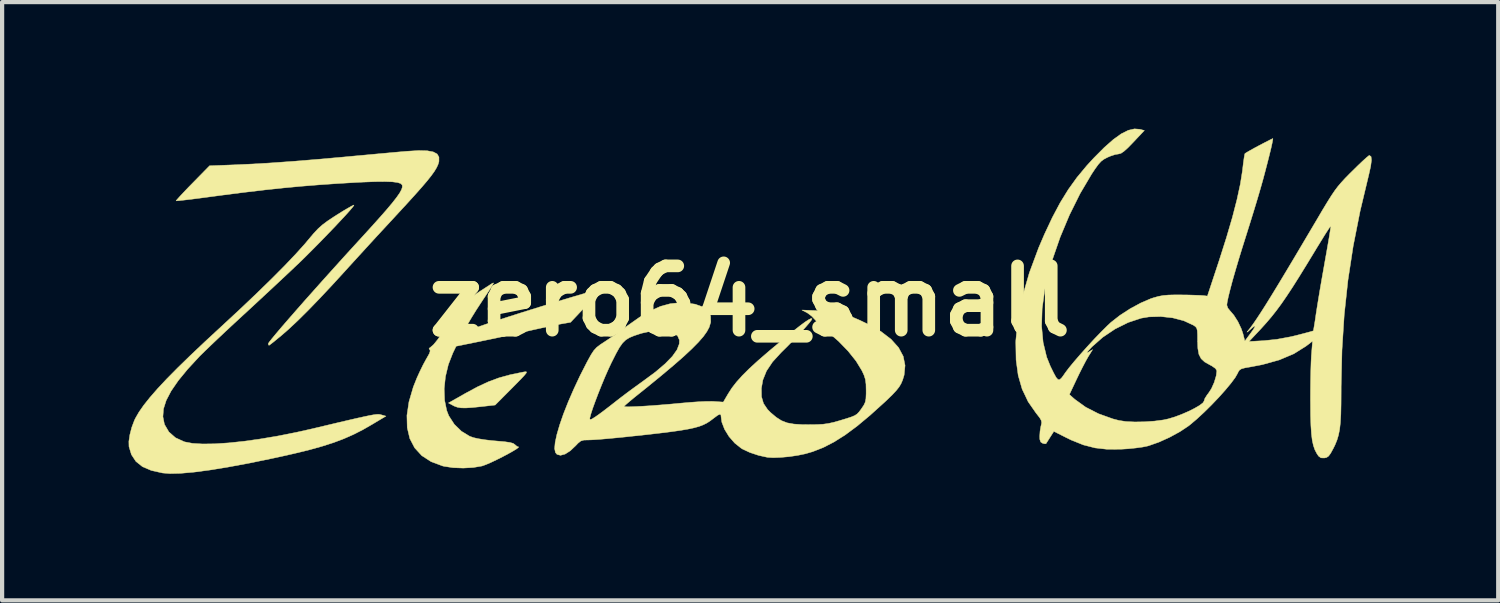
<source format=kicad_pcb>
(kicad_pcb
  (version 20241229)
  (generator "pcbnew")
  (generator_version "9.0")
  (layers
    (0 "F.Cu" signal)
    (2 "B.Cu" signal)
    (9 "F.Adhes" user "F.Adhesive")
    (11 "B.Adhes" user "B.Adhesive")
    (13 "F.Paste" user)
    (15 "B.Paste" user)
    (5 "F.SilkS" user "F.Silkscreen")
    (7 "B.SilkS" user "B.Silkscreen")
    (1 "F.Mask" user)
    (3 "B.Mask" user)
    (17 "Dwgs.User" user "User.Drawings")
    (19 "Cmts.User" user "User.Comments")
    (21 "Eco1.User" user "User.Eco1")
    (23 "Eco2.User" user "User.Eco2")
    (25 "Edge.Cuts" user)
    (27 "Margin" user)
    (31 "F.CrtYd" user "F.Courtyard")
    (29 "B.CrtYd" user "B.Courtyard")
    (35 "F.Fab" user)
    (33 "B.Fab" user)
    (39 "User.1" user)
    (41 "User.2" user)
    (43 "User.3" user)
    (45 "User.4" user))
  (footprint "zero64_small"
    (layer "F.Cu")
    (at 14.723 4.088)
    (property "Reference" "zero64_small" (at 0 0 0) (layer "F.SilkS") (effects (font (size 1.524 1.524) (thickness 0.3))))
    (attr through_hole)
    (fp_poly (pts (xy -5.29 1.68) (xy -5.297 1.704) (xy -5.334 1.751) (xy -5.406 1.829) (xy -5.518 1.944) (xy -5.634 2.061) (xy -6.035 2.464) (xy -6.372 2.502) (xy -6.578 2.523) (xy -6.73 2.533) (xy -6.844 2.531) (xy -6.931 2.516) (xy -7.006 2.488) (xy -7.034 2.473) (xy -7.142 2.415) (xy -6.734 2.184) (xy -6.45 2.031) (xy -6.194 1.912) (xy -5.946 1.82) (xy -5.683 1.747) (xy -5.383 1.685) (xy -5.351 1.679) (xy -5.31 1.674) (xy -5.29 1.68)) (stroke (width 0.01) (type solid)) (fill yes) (layer "F.SilkS"))
    (fp_poly (pts (xy -7.647 -3.564) (xy -7.502 -3.537) (xy -7.41 -3.488) (xy -7.367 -3.414) (xy -7.367 -3.315) (xy -7.369 -3.303) (xy -7.389 -3.237) (xy -7.423 -3.163) (xy -7.474 -3.078) (xy -7.548 -2.975) (xy -7.647 -2.85) (xy -7.777 -2.698) (xy -7.941 -2.513) (xy -8.143 -2.291) (xy -8.388 -2.026) (xy -8.429 -1.981) (xy -8.631 -1.763) (xy -8.855 -1.521) (xy -9.084 -1.271) (xy -9.303 -1.031) (xy -9.497 -0.819) (xy -9.548 -0.762) (xy -9.892 -0.386) (xy -10.197 -0.061) (xy -10.468 0.219) (xy -10.708 0.457) (xy -10.92 0.656) (xy -11.084 0.8) (xy -11.203 0.898) (xy -11.302 0.979) (xy -11.371 1.032) (xy -11.397 1.05) (xy -11.412 1.023) (xy -11.413 1.008) (xy -11.391 0.972) (xy -11.327 0.891) (xy -11.227 0.77) (xy -11.094 0.613) (xy -10.932 0.426) (xy -10.747 0.214) (xy -10.542 -0.019) (xy -10.321 -0.267) (xy -10.09 -0.526) (xy -9.852 -0.79) (xy -9.612 -1.056) (xy -9.374 -1.317) (xy -9.262 -1.439) (xy -9.002 -1.724) (xy -8.786 -1.964) (xy -8.611 -2.163) (xy -8.473 -2.327) (xy -8.37 -2.459) (xy -8.298 -2.562) (xy -8.254 -2.643) (xy -8.235 -2.703) (xy -8.238 -2.749) (xy -8.239 -2.754) (xy -8.274 -2.788) (xy -8.35 -2.812) (xy -8.473 -2.828) (xy -8.647 -2.834) (xy -8.877 -2.832) (xy -9.167 -2.821) (xy -9.331 -2.813) (xy -9.786 -2.786) (xy -10.217 -2.756) (xy -10.638 -2.722) (xy -11.062 -2.682) (xy -11.503 -2.635) (xy -11.976 -2.579) (xy -12.493 -2.513) (xy -12.83 -2.468) (xy -13.048 -2.439) (xy -13.243 -2.414) (xy -13.404 -2.395) (xy -13.522 -2.382) (xy -13.588 -2.377) (xy -13.598 -2.377) (xy -13.579 -2.404) (xy -13.52 -2.47) (xy -13.429 -2.568) (xy -13.312 -2.691) (xy -13.207 -2.798) (xy -12.805 -3.208) (xy -12.202 -3.231) (xy -11.788 -3.25) (xy -11.333 -3.277) (xy -10.831 -3.313) (xy -10.277 -3.358) (xy -9.664 -3.412) (xy -9.398 -3.437) (xy -9.133 -3.461) (xy -8.866 -3.486) (xy -8.611 -3.509) (xy -8.383 -3.53) (xy -8.198 -3.546) (xy -8.111 -3.553) (xy -7.849 -3.569) (xy -7.647 -3.564)) (stroke (width 0.01) (type solid)) (fill yes) (layer "F.SilkS"))
    (fp_poly (pts (xy -9.381 -2.276) (xy -9.404 -2.239) (xy -9.468 -2.162) (xy -9.567 -2.051) (xy -9.695 -1.913) (xy -9.843 -1.755) (xy -10.007 -1.585) (xy -10.178 -1.408) (xy -10.352 -1.232) (xy -10.52 -1.064) (xy -10.676 -0.911) (xy -10.736 -0.855) (xy -10.892 -0.707) (xy -11.086 -0.525) (xy -11.306 -0.319) (xy -11.54 -0.102) (xy -11.776 0.117) (xy -12.003 0.327) (xy -12.023 0.345) (xy -12.23 0.536) (xy -12.432 0.724) (xy -12.62 0.901) (xy -12.786 1.059) (xy -12.922 1.19) (xy -13.02 1.286) (xy -13.043 1.309) (xy -13.324 1.613) (xy -13.548 1.886) (xy -13.717 2.132) (xy -13.833 2.354) (xy -13.897 2.555) (xy -13.911 2.74) (xy -13.877 2.91) (xy -13.871 2.928) (xy -13.769 3.102) (xy -13.613 3.239) (xy -13.409 3.333) (xy -13.387 3.339) (xy -13.206 3.373) (xy -12.968 3.387) (xy -12.68 3.383) (xy -12.349 3.361) (xy -11.981 3.322) (xy -11.586 3.266) (xy -11.168 3.195) (xy -10.737 3.109) (xy -10.38 3.029) (xy -10.022 2.944) (xy -9.724 2.873) (xy -9.48 2.816) (xy -9.284 2.771) (xy -9.129 2.737) (xy -9.011 2.712) (xy -8.922 2.696) (xy -8.858 2.687) (xy -8.811 2.684) (xy -8.777 2.686) (xy -8.748 2.692) (xy -8.731 2.697) (xy -8.624 2.727) (xy -8.95 2.922) (xy -9.173 3.05) (xy -9.393 3.162) (xy -9.62 3.262) (xy -9.863 3.354) (xy -10.132 3.44) (xy -10.436 3.525) (xy -10.787 3.611) (xy -11.192 3.702) (xy -11.295 3.724) (xy -11.857 3.84) (xy -12.358 3.933) (xy -12.798 4.005) (xy -13.176 4.055) (xy -13.492 4.083) (xy -13.744 4.089) (xy -13.919 4.075) (xy -14.186 4.015) (xy -14.396 3.925) (xy -14.551 3.801) (xy -14.657 3.64) (xy -14.715 3.45) (xy -14.718 3.326) (xy -14.694 3.166) (xy -14.649 2.992) (xy -14.587 2.828) (xy -14.565 2.781) (xy -14.48 2.633) (xy -14.366 2.469) (xy -14.22 2.286) (xy -14.04 2.079) (xy -13.822 1.846) (xy -13.563 1.584) (xy -13.26 1.289) (xy -12.91 0.958) (xy -12.524 0.601) (xy -12.086 0.195) (xy -11.688 -0.183) (xy -11.332 -0.53) (xy -11.021 -0.843) (xy -10.757 -1.121) (xy -10.542 -1.36) (xy -10.457 -1.462) (xy -10.338 -1.603) (xy -10.236 -1.712) (xy -10.133 -1.805) (xy -10.013 -1.895) (xy -9.857 -1.999) (xy -9.785 -2.045) (xy -9.641 -2.135) (xy -9.519 -2.207) (xy -9.431 -2.256) (xy -9.385 -2.277) (xy -9.381 -2.276)) (stroke (width 0.01) (type solid)) (fill yes) (layer "F.SilkS"))
    (fp_poly (pts (xy -6.074 -0.424) (xy -6.091 -0.388) (xy -6.135 -0.317) (xy -6.209 -0.205) (xy -6.317 -0.043) (xy -6.334 -0.017) (xy -6.476 0.2) (xy -6.591 0.385) (xy -6.678 0.533) (xy -6.732 0.64) (xy -6.751 0.7) (xy -6.744 0.711) (xy -6.694 0.7) (xy -6.604 0.671) (xy -6.529 0.644) (xy -6.387 0.594) (xy -6.202 0.53) (xy -5.982 0.458) (xy -5.735 0.378) (xy -5.47 0.293) (xy -5.193 0.206) (xy -4.914 0.119) (xy -4.64 0.035) (xy -4.381 -0.044) (xy -4.143 -0.115) (xy -3.935 -0.176) (xy -3.765 -0.223) (xy -3.641 -0.256) (xy -3.572 -0.27) (xy -3.565 -0.271) (xy -3.57 -0.248) (xy -3.616 -0.185) (xy -3.696 -0.089) (xy -3.803 0.031) (xy -3.882 0.116) (xy -4.247 0.503) (xy -4.469 0.541) (xy -4.583 0.563) (xy -4.744 0.596) (xy -4.934 0.637) (xy -5.133 0.681) (xy -5.199 0.696) (xy -5.411 0.745) (xy -5.665 0.8) (xy -5.935 0.859) (xy -6.197 0.914) (xy -6.333 0.942) (xy -6.96 1.07) (xy -7.039 1.234) (xy -7.144 1.504) (xy -7.213 1.791) (xy -7.243 2.078) (xy -7.233 2.351) (xy -7.183 2.594) (xy -7.134 2.719) (xy -7.004 2.92) (xy -6.834 3.086) (xy -6.64 3.204) (xy -6.548 3.237) (xy -6.437 3.262) (xy -6.282 3.287) (xy -6.106 3.308) (xy -5.988 3.318) (xy -5.807 3.334) (xy -5.683 3.352) (xy -5.607 3.373) (xy -5.569 3.4) (xy -5.515 3.446) (xy -5.483 3.454) (xy -5.48 3.468) (xy -5.527 3.504) (xy -5.614 3.557) (xy -5.728 3.621) (xy -5.86 3.691) (xy -5.998 3.76) (xy -6.13 3.823) (xy -6.246 3.873) (xy -6.335 3.906) (xy -6.349 3.91) (xy -6.554 3.945) (xy -6.791 3.958) (xy -7.032 3.949) (xy -7.244 3.917) (xy -7.281 3.908) (xy -7.554 3.806) (xy -7.775 3.663) (xy -7.943 3.479) (xy -8.058 3.258) (xy -8.119 3) (xy -8.126 2.71) (xy -8.078 2.388) (xy -7.975 2.036) (xy -7.888 1.818) (xy -7.817 1.663) (xy -7.741 1.508) (xy -7.672 1.381) (xy -7.653 1.348) (xy -7.593 1.241) (xy -7.574 1.178) (xy -7.588 1.15) (xy -7.602 1.121) (xy -7.558 1.087) (xy -7.491 1.028) (xy -7.396 0.91) (xy -7.273 0.732) (xy -7.124 0.497) (xy -7.047 0.37) (xy -6.99 0.278) (xy -6.937 0.201) (xy -6.88 0.132) (xy -6.81 0.065) (xy -6.719 -0.008) (xy -6.599 -0.095) (xy -6.442 -0.201) (xy -6.239 -0.333) (xy -6.148 -0.392) (xy -6.106 -0.419) (xy -6.08 -0.432) (xy -6.074 -0.424)) (stroke (width 0.01) (type solid)) (fill yes) (layer "F.SilkS"))
    (fp_poly (pts (xy -1.527 0.041) (xy -1.294 0.073) (xy -1.115 0.137) (xy -0.992 0.231) (xy -0.928 0.352) (xy -0.924 0.498) (xy -0.96 0.619) (xy -1.015 0.722) (xy -1.099 0.84) (xy -1.217 0.975) (xy -1.371 1.131) (xy -1.565 1.312) (xy -1.803 1.52) (xy -2.087 1.759) (xy -2.422 2.033) (xy -2.599 2.175) (xy -2.735 2.284) (xy -2.849 2.379) (xy -2.933 2.451) (xy -2.976 2.492) (xy -2.98 2.498) (xy -2.948 2.505) (xy -2.858 2.506) (xy -2.719 2.501) (xy -2.54 2.492) (xy -2.331 2.479) (xy -2.102 2.461) (xy -1.86 2.441) (xy -1.617 2.418) (xy -1.614 2.418) (xy -1.409 2.4) (xy -1.208 2.386) (xy -1.03 2.378) (xy -0.892 2.377) (xy -0.847 2.379) (xy -0.626 2.394) (xy -0.515 2.204) (xy -0.424 2.062) (xy -0.313 1.919) (xy -0.176 1.766) (xy -0.006 1.597) (xy 0.204 1.405) (xy 0.46 1.184) (xy 0.583 1.081) (xy 0.832 0.874) (xy 1.035 0.709) (xy 1.194 0.584) (xy 1.315 0.494) (xy 1.4 0.439) (xy 1.453 0.414) (xy 1.477 0.416) (xy 1.464 0.448) (xy 1.408 0.521) (xy 1.317 0.626) (xy 1.197 0.758) (xy 1.053 0.909) (xy 0.894 1.072) (xy 0.745 1.219) (xy 0.541 1.442) (xy 0.398 1.656) (xy 0.312 1.869) (xy 0.277 2.068) (xy 0.28 2.266) (xy 0.327 2.427) (xy 0.424 2.57) (xy 0.495 2.642) (xy 0.628 2.754) (xy 0.753 2.834) (xy 0.887 2.886) (xy 1.047 2.915) (xy 1.249 2.928) (xy 1.389 2.929) (xy 1.584 2.927) (xy 1.736 2.919) (xy 1.866 2.901) (xy 1.998 2.872) (xy 2.134 2.833) (xy 2.299 2.783) (xy 2.414 2.745) (xy 2.492 2.712) (xy 2.546 2.676) (xy 2.591 2.629) (xy 2.641 2.563) (xy 2.654 2.544) (xy 2.707 2.465) (xy 2.739 2.395) (xy 2.755 2.312) (xy 2.76 2.194) (xy 2.76 2.122) (xy 2.757 1.969) (xy 2.742 1.856) (xy 2.71 1.756) (xy 2.66 1.648) (xy 2.522 1.422) (xy 2.333 1.185) (xy 2.107 0.952) (xy 1.91 0.78) (xy 1.785 0.674) (xy 1.671 0.57) (xy 1.586 0.483) (xy 1.555 0.447) (xy 1.469 0.356) (xy 1.367 0.28) (xy 1.356 0.274) (xy 1.239 0.212) (xy 1.644 0.228) (xy 1.865 0.242) (xy 2.053 0.266) (xy 2.228 0.306) (xy 2.407 0.367) (xy 2.611 0.455) (xy 2.801 0.546) (xy 3.109 0.719) (xy 3.351 0.904) (xy 3.528 1.101) (xy 3.639 1.308) (xy 3.683 1.526) (xy 3.661 1.753) (xy 3.625 1.871) (xy 3.588 1.957) (xy 3.541 2.036) (xy 3.475 2.119) (xy 3.381 2.22) (xy 3.248 2.349) (xy 3.19 2.403) (xy 2.851 2.709) (xy 2.545 2.964) (xy 2.263 3.173) (xy 1.998 3.34) (xy 1.744 3.471) (xy 1.493 3.569) (xy 1.318 3.62) (xy 1.14 3.657) (xy 0.939 3.687) (xy 0.738 3.705) (xy 0.559 3.712) (xy 0.423 3.704) (xy 0.423 3.704) (xy 0.212 3.658) (xy 0.004 3.589) (xy -0.171 3.507) (xy -0.203 3.487) (xy -0.356 3.365) (xy -0.491 3.21) (xy -0.596 3.039) (xy -0.661 2.87) (xy -0.677 2.755) (xy -0.683 2.699) (xy -0.707 2.682) (xy -0.759 2.706) (xy -0.849 2.773) (xy -0.874 2.792) (xy -0.946 2.846) (xy -1.02 2.893) (xy -1.103 2.934) (xy -1.2 2.971) (xy -1.319 3.004) (xy -1.465 3.035) (xy -1.645 3.066) (xy -1.865 3.097) (xy -2.132 3.13) (xy -2.451 3.167) (xy -2.83 3.207) (xy -2.946 3.22) (xy -3.169 3.242) (xy -3.381 3.262) (xy -3.568 3.278) (xy -3.717 3.288) (xy -3.813 3.292) (xy -3.821 3.292) (xy -3.931 3.295) (xy -4.005 3.317) (xy -4.071 3.37) (xy -4.123 3.425) (xy -4.254 3.549) (xy -4.377 3.627) (xy -4.485 3.656) (xy -4.568 3.634) (xy -4.606 3.589) (xy -4.625 3.496) (xy -4.612 3.351) (xy -4.571 3.161) (xy -4.504 2.932) (xy -4.456 2.793) (xy -3.793 2.793) (xy -3.781 2.809) (xy -3.738 2.794) (xy -3.657 2.743) (xy -3.577 2.687) (xy -3.466 2.605) (xy -3.329 2.5) (xy -3.192 2.393) (xy -3.167 2.373) (xy -3.047 2.28) (xy -2.891 2.162) (xy -2.718 2.035) (xy -2.546 1.911) (xy -2.524 1.895) (xy -2.232 1.679) (xy -2.003 1.484) (xy -1.834 1.31) (xy -1.723 1.154) (xy -1.67 1.015) (xy -1.666 0.924) (xy -1.709 0.825) (xy -1.806 0.753) (xy -1.948 0.709) (xy -2.126 0.695) (xy -2.331 0.711) (xy -2.553 0.76) (xy -2.591 0.771) (xy -2.737 0.819) (xy -2.849 0.865) (xy -2.938 0.92) (xy -3.014 0.994) (xy -3.087 1.097) (xy -3.167 1.24) (xy -3.264 1.432) (xy -3.279 1.461) (xy -3.35 1.613) (xy -3.429 1.792) (xy -3.51 1.987) (xy -3.589 2.185) (xy -3.661 2.374) (xy -3.722 2.542) (xy -3.766 2.678) (xy -3.79 2.77) (xy -3.793 2.793) (xy -4.456 2.793) (xy -4.414 2.672) (xy -4.302 2.388) (xy -4.171 2.087) (xy -4.025 1.775) (xy -3.864 1.459) (xy -3.84 1.414) (xy -3.761 1.271) (xy -3.696 1.172) (xy -3.629 1.099) (xy -3.545 1.034) (xy -3.458 0.977) (xy -3.337 0.897) (xy -3.184 0.792) (xy -3.021 0.675) (xy -2.902 0.587) (xy -2.612 0.383) (xy -2.353 0.23) (xy -2.113 0.124) (xy -1.884 0.062) (xy -1.655 0.038) (xy -1.527 0.041)) (stroke (width 0.01) (type solid)) (fill yes) (layer "F.SilkS"))
    (fp_poly (pts (xy 9.249 -4.073) (xy 9.356 -4.045) (xy 9.094 -3.767) (xy 8.966 -3.635) (xy 8.871 -3.55) (xy 8.801 -3.503) (xy 8.745 -3.488) (xy 8.743 -3.488) (xy 8.661 -3.474) (xy 8.55 -3.437) (xy 8.482 -3.408) (xy 8.4 -3.365) (xy 8.331 -3.314) (xy 8.265 -3.241) (xy 8.187 -3.134) (xy 8.105 -3.01) (xy 7.832 -2.548) (xy 7.581 -2.043) (xy 7.36 -1.516) (xy 7.176 -0.984) (xy 7.036 -0.466) (xy 6.994 -0.266) (xy 6.933 0.178) (xy 6.92 0.596) (xy 6.956 0.98) (xy 7.04 1.327) (xy 7.126 1.541) (xy 7.205 1.702) (xy 7.262 1.807) (xy 7.307 1.859) (xy 7.349 1.862) (xy 7.395 1.82) (xy 7.455 1.738) (xy 7.475 1.707) (xy 7.563 1.59) (xy 7.688 1.438) (xy 7.839 1.263) (xy 8.005 1.077) (xy 8.175 0.893) (xy 8.338 0.724) (xy 8.483 0.58) (xy 8.566 0.503) (xy 8.775 0.339) (xy 9.017 0.182) (xy 9.27 0.045) (xy 9.509 -0.058) (xy 9.567 -0.077) (xy 9.686 -0.111) (xy 9.801 -0.133) (xy 9.931 -0.144) (xy 10.096 -0.148) (xy 10.228 -0.147) (xy 10.4 -0.145) (xy 10.556 -0.14) (xy 10.679 -0.136) (xy 10.751 -0.131) (xy 10.85 -0.119) (xy 11.13 -0.965) (xy 11.301 -1.503) (xy 11.442 -1.983) (xy 11.551 -2.406) (xy 11.631 -2.774) (xy 11.681 -3.089) (xy 11.686 -3.132) (xy 11.703 -3.277) (xy 11.72 -3.397) (xy 11.734 -3.476) (xy 11.74 -3.497) (xy 11.774 -3.52) (xy 11.853 -3.566) (xy 11.964 -3.628) (xy 12.091 -3.696) (xy 12.221 -3.764) (xy 12.338 -3.824) (xy 12.402 -3.854) (xy 12.401 -3.827) (xy 12.385 -3.744) (xy 12.357 -3.616) (xy 12.317 -3.453) (xy 12.273 -3.279) (xy 12.223 -3.087) (xy 12.175 -2.906) (xy 12.125 -2.728) (xy 12.071 -2.541) (xy 12.01 -2.336) (xy 11.939 -2.103) (xy 11.855 -1.832) (xy 11.755 -1.514) (xy 11.673 -1.253) (xy 11.59 -0.983) (xy 11.513 -0.722) (xy 11.444 -0.482) (xy 11.388 -0.27) (xy 11.345 -0.096) (xy 11.319 0.03) (xy 11.311 0.094) (xy 11.335 0.165) (xy 11.379 0.22) (xy 11.477 0.334) (xy 11.574 0.487) (xy 11.653 0.654) (xy 11.693 0.771) (xy 11.738 0.947) (xy 11.863 0.779) (xy 11.944 0.666) (xy 11.981 0.603) (xy 11.972 0.59) (xy 11.919 0.629) (xy 11.862 0.679) (xy 11.806 0.728) (xy 11.789 0.736) (xy 11.807 0.711) (xy 11.866 0.637) (xy 11.936 0.541) (xy 12.019 0.42) (xy 12.117 0.271) (xy 12.233 0.089) (xy 12.368 -0.129) (xy 12.525 -0.386) (xy 12.707 -0.688) (xy 12.915 -1.036) (xy 13.152 -1.436) (xy 13.421 -1.89) (xy 13.445 -1.93) (xy 13.583 -2.165) (xy 13.695 -2.35) (xy 13.788 -2.498) (xy 13.869 -2.618) (xy 13.946 -2.72) (xy 14.027 -2.815) (xy 14.117 -2.913) (xy 14.226 -3.024) (xy 14.276 -3.073) (xy 14.408 -3.203) (xy 14.524 -3.314) (xy 14.616 -3.397) (xy 14.675 -3.446) (xy 14.691 -3.454) (xy 14.73 -3.426) (xy 14.74 -3.34) (xy 14.721 -3.195) (xy 14.679 -3.006) (xy 14.472 -2.14) (xy 14.307 -1.307) (xy 14.182 -0.492) (xy 14.094 0.325) (xy 14.041 1.16) (xy 14.021 2.03) (xy 14.021 2.136) (xy 14.019 2.438) (xy 14.014 2.683) (xy 14.003 2.88) (xy 13.985 3.042) (xy 13.958 3.177) (xy 13.922 3.297) (xy 13.875 3.412) (xy 13.835 3.493) (xy 13.772 3.608) (xy 13.723 3.675) (xy 13.674 3.708) (xy 13.62 3.719) (xy 13.542 3.716) (xy 13.486 3.675) (xy 13.447 3.618) (xy 13.4 3.529) (xy 13.364 3.427) (xy 13.336 3.302) (xy 13.317 3.146) (xy 13.304 2.95) (xy 13.296 2.705) (xy 13.294 2.402) (xy 13.293 2.354) (xy 13.294 2.108) (xy 13.297 1.864) (xy 13.302 1.637) (xy 13.308 1.443) (xy 13.315 1.296) (xy 13.318 1.262) (xy 13.343 0.949) (xy 13.185 1.07) (xy 12.899 1.249) (xy 12.553 1.395) (xy 12.149 1.507) (xy 11.877 1.559) (xy 11.744 1.582) (xy 11.661 1.604) (xy 11.613 1.633) (xy 11.583 1.676) (xy 11.568 1.71) (xy 11.51 1.811) (xy 11.41 1.946) (xy 11.277 2.106) (xy 11.121 2.281) (xy 10.949 2.461) (xy 10.772 2.636) (xy 10.599 2.796) (xy 10.439 2.931) (xy 10.405 2.958) (xy 10.201 3.094) (xy 9.958 3.227) (xy 9.702 3.343) (xy 9.46 3.428) (xy 9.432 3.436) (xy 9.315 3.46) (xy 9.154 3.482) (xy 8.969 3.501) (xy 8.805 3.511) (xy 8.476 3.513) (xy 8.186 3.48) (xy 7.909 3.409) (xy 7.623 3.294) (xy 7.508 3.238) (xy 7.21 3.088) (xy 7.12 3.229) (xy 7.067 3.313) (xy 7.031 3.369) (xy 7.023 3.381) (xy 6.989 3.382) (xy 6.945 3.371) (xy 6.899 3.341) (xy 6.878 3.28) (xy 6.875 3.206) (xy 6.883 3.083) (xy 6.903 2.967) (xy 6.907 2.952) (xy 6.921 2.888) (xy 6.913 2.833) (xy 6.877 2.768) (xy 6.805 2.675) (xy 6.79 2.657) (xy 6.6 2.384) (xy 6.521 2.216) (xy 7.578 2.216) (xy 7.709 2.33) (xy 7.964 2.514) (xy 8.269 2.67) (xy 8.609 2.792) (xy 8.755 2.83) (xy 8.92 2.855) (xy 9.129 2.865) (xy 9.361 2.861) (xy 9.595 2.845) (xy 9.808 2.817) (xy 9.923 2.792) (xy 10.076 2.746) (xy 10.239 2.685) (xy 10.4 2.615) (xy 10.546 2.542) (xy 10.665 2.473) (xy 10.743 2.413) (xy 10.77 2.371) (xy 10.791 2.307) (xy 10.845 2.222) (xy 10.874 2.186) (xy 10.947 2.074) (xy 11.013 1.925) (xy 11.059 1.77) (xy 11.074 1.652) (xy 11.043 1.598) (xy 10.956 1.537) (xy 10.916 1.516) (xy 10.787 1.444) (xy 10.701 1.364) (xy 10.649 1.262) (xy 10.624 1.122) (xy 10.618 0.958) (xy 11.836 0.958) (xy 12.192 0.938) (xy 12.498 0.906) (xy 12.827 0.845) (xy 12.95 0.816) (xy 13.104 0.776) (xy 13.233 0.742) (xy 13.323 0.717) (xy 13.361 0.705) (xy 13.361 0.704) (xy 13.369 0.669) (xy 13.384 0.58) (xy 13.405 0.451) (xy 13.426 0.305) (xy 13.449 0.158) (xy 13.481 -0.04) (xy 13.52 -0.275) (xy 13.564 -0.53) (xy 13.61 -0.79) (xy 13.634 -0.927) (xy 13.675 -1.157) (xy 13.711 -1.364) (xy 13.741 -1.538) (xy 13.762 -1.672) (xy 13.774 -1.756) (xy 13.775 -1.781) (xy 13.755 -1.757) (xy 13.706 -1.683) (xy 13.632 -1.568) (xy 13.541 -1.42) (xy 13.435 -1.248) (xy 13.412 -1.209) (xy 13.204 -0.867) (xy 13.025 -0.577) (xy 12.869 -0.33) (xy 12.73 -0.119) (xy 12.604 0.064) (xy 12.485 0.225) (xy 12.368 0.373) (xy 12.247 0.515) (xy 12.117 0.659) (xy 12.04 0.741) (xy 11.836 0.958) (xy 10.618 0.958) (xy 10.617 0.94) (xy 10.616 0.794) (xy 10.611 0.7) (xy 10.597 0.643) (xy 10.57 0.607) (xy 10.526 0.576) (xy 10.516 0.57) (xy 10.292 0.466) (xy 10.028 0.397) (xy 9.746 0.366) (xy 9.464 0.374) (xy 9.279 0.405) (xy 8.972 0.507) (xy 8.662 0.661) (xy 8.37 0.857) (xy 8.114 1.082) (xy 8.094 1.104) (xy 8.02 1.185) (xy 7.993 1.223) (xy 8.011 1.221) (xy 8.035 1.207) (xy 8.129 1.15) (xy 8.026 1.316) (xy 7.969 1.416) (xy 7.895 1.557) (xy 7.814 1.718) (xy 7.751 1.849) (xy 7.578 2.216) (xy 6.521 2.216) (xy 6.459 2.088) (xy 6.365 1.761) (xy 6.315 1.396) (xy 6.308 0.985) (xy 6.309 0.933) (xy 6.358 0.431) (xy 6.465 -0.103) (xy 6.629 -0.67) (xy 6.851 -1.267) (xy 6.988 -1.586) (xy 7.176 -1.986) (xy 7.361 -2.334) (xy 7.552 -2.644) (xy 7.759 -2.932) (xy 7.991 -3.211) (xy 8.159 -3.394) (xy 8.404 -3.64) (xy 8.618 -3.829) (xy 8.807 -3.965) (xy 8.974 -4.049) (xy 9.122 -4.083) (xy 9.249 -4.073)) (stroke (width 0.01) (type solid)) (fill yes) (layer "F.SilkS")))
  (gr_rect
    (start -3 -3)
    (end 32.468 11.183)
    (stroke (width 0.1) (type default))
    (fill no)
    (layer "Edge.Cuts")))
</source>
